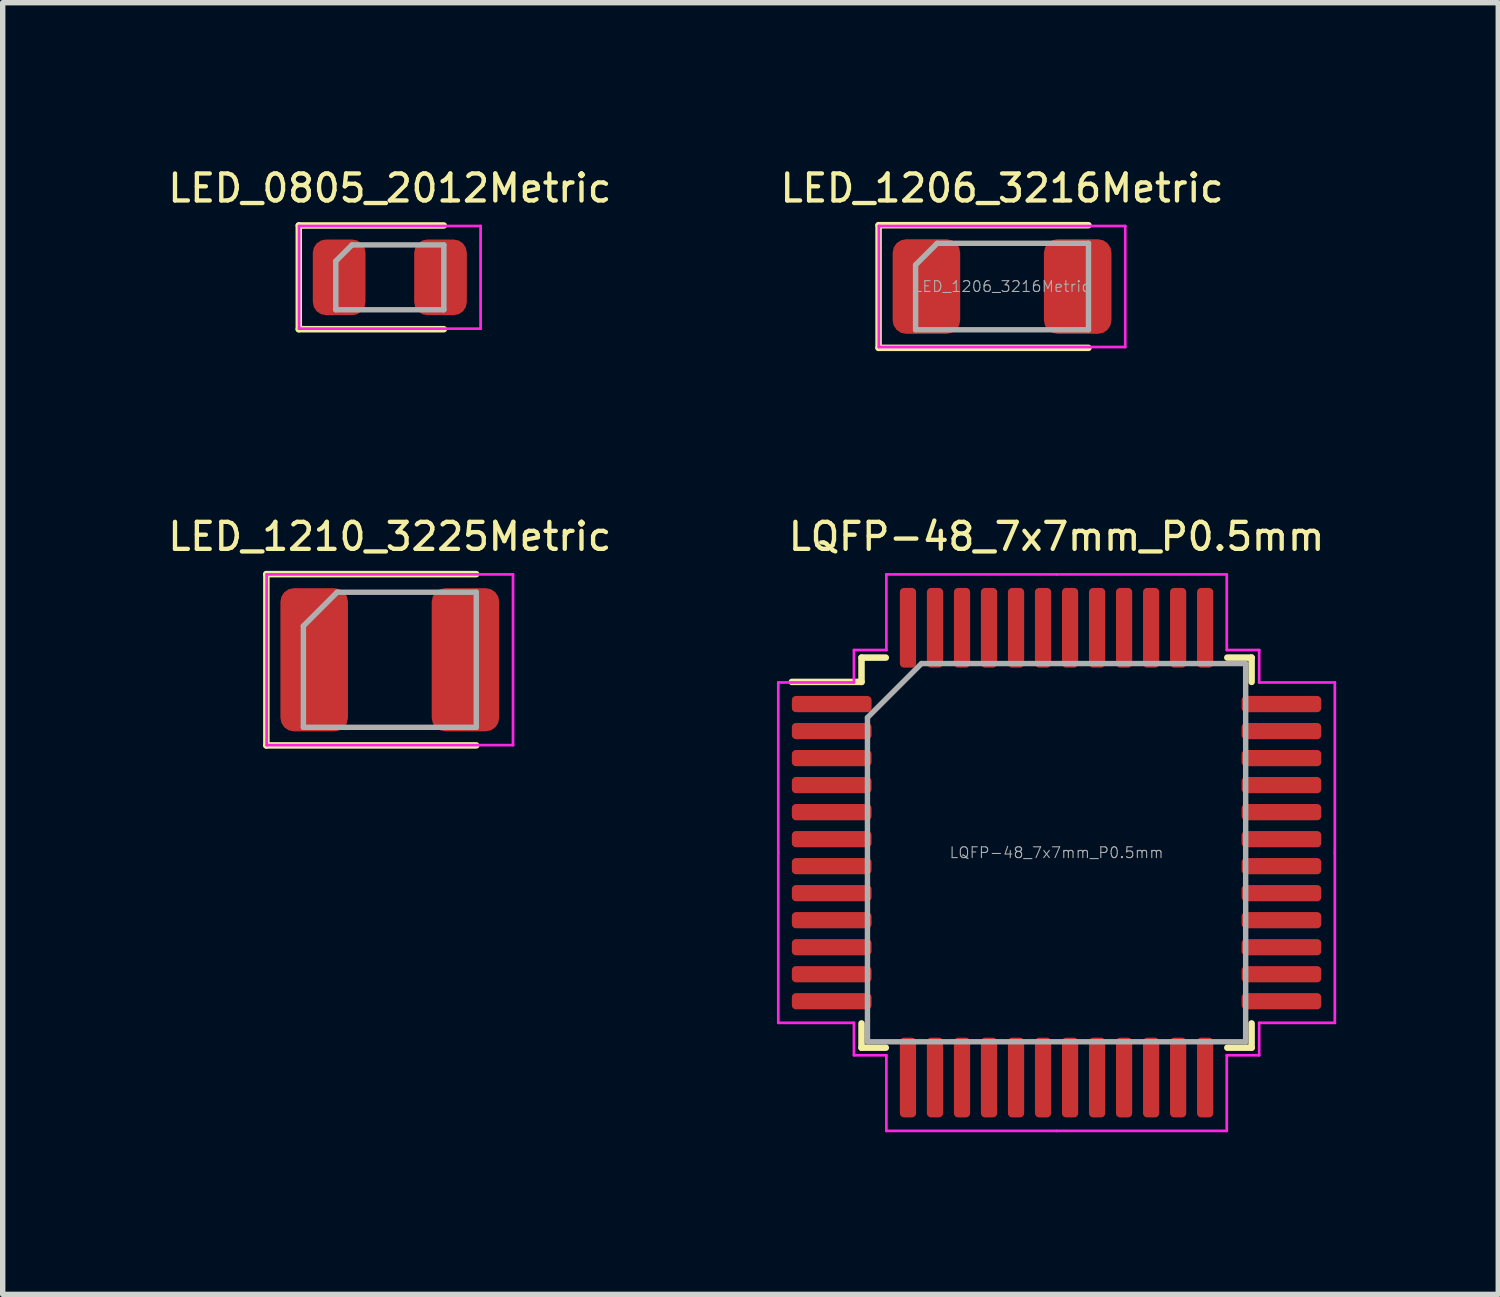
<source format=kicad_pcb>
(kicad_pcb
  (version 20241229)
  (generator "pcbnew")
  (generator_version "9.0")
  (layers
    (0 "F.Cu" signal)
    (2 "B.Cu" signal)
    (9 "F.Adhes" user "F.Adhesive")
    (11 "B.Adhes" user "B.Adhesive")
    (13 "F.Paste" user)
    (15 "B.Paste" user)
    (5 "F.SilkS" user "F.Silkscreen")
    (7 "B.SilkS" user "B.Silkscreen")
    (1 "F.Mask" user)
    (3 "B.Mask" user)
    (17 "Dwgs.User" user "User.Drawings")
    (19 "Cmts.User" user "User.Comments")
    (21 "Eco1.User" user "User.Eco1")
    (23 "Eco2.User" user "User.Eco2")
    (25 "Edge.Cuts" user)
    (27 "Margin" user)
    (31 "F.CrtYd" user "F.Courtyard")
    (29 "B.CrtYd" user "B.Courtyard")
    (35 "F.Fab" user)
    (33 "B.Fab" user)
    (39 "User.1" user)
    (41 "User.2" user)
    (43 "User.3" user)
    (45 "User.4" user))
  (footprint "LED_0805_2012Metric"
    (layer "F.Cu")
    (at 4.165 2.083)
    (property "Reference" "LED_0805_2012Metric" (at 0 -1.65 0) (layer "F.SilkS") (effects (font (size 0.5 0.5) (thickness 0.08))))
    (attr smd)
    (fp_line (start -1.685 -0.96) (end -1.685 0.96) (stroke (width 0.12) (type solid)) (layer "F.SilkS"))
    (fp_line (start -1.685 0.96) (end 1 0.96) (stroke (width 0.12) (type solid)) (layer "F.SilkS"))
    (fp_line (start 1 -0.96) (end -1.685 -0.96) (stroke (width 0.12) (type solid)) (layer "F.SilkS"))
    (fp_line (start -1.68 -0.95) (end 1.68 -0.95) (stroke (width 0.05) (type solid)) (layer "F.CrtYd"))
    (fp_line (start -1.68 0.95) (end -1.68 -0.95) (stroke (width 0.05) (type solid)) (layer "F.CrtYd"))
    (fp_line (start 1.68 -0.95) (end 1.68 0.95) (stroke (width 0.05) (type solid)) (layer "F.CrtYd"))
    (fp_line (start 1.68 0.95) (end -1.68 0.95) (stroke (width 0.05) (type solid)) (layer "F.CrtYd"))
    (fp_line (start -1 -0.3) (end -1 0.6) (stroke (width 0.1) (type solid)) (layer "F.Fab"))
    (fp_line (start -1 0.6) (end 1 0.6) (stroke (width 0.1) (type solid)) (layer "F.Fab"))
    (fp_line (start -0.7 -0.6) (end -1 -0.3) (stroke (width 0.1) (type solid)) (layer "F.Fab"))
    (fp_line (start 1 -0.6) (end -0.7 -0.6) (stroke (width 0.1) (type solid)) (layer "F.Fab"))
    (fp_line (start 1 0.6) (end 1 -0.6) (stroke (width 0.1) (type solid)) (layer "F.Fab"))
    (pad "1" smd roundrect (at -0.938 0) (size 0.975 1.4) (layers "F.Cu" "F.Mask" "F.Paste") (roundrect_rratio 0.25))
    (pad "2" smd roundrect (at 0.938 0) (size 0.975 1.4) (layers "F.Cu" "F.Mask" "F.Paste") (roundrect_rratio 0.25)))
  (footprint "LED_1206_3216Metric"
    (layer "F.Cu")
    (at 15.496 2.253)
    (property "Reference" "LED_1206_3216Metric" (at 0 -1.82 0) (layer "F.SilkS") (effects (font (size 0.5 0.5) (thickness 0.08))))
    (attr smd)
    (fp_line (start -2.285 -1.135) (end -2.285 1.135) (stroke (width 0.12) (type solid)) (layer "F.SilkS"))
    (fp_line (start -2.285 1.135) (end 1.6 1.135) (stroke (width 0.12) (type solid)) (layer "F.SilkS"))
    (fp_line (start 1.6 -1.135) (end -2.285 -1.135) (stroke (width 0.12) (type solid)) (layer "F.SilkS"))
    (fp_line (start -2.28 -1.12) (end 2.28 -1.12) (stroke (width 0.05) (type solid)) (layer "F.CrtYd"))
    (fp_line (start -2.28 1.12) (end -2.28 -1.12) (stroke (width 0.05) (type solid)) (layer "F.CrtYd"))
    (fp_line (start 2.28 -1.12) (end 2.28 1.12) (stroke (width 0.05) (type solid)) (layer "F.CrtYd"))
    (fp_line (start 2.28 1.12) (end -2.28 1.12) (stroke (width 0.05) (type solid)) (layer "F.CrtYd"))
    (fp_line (start -1.6 -0.4) (end -1.6 0.8) (stroke (width 0.1) (type solid)) (layer "F.Fab"))
    (fp_line (start -1.6 0.8) (end 1.6 0.8) (stroke (width 0.1) (type solid)) (layer "F.Fab"))
    (fp_line (start -1.2 -0.8) (end -1.6 -0.4) (stroke (width 0.1) (type solid)) (layer "F.Fab"))
    (fp_line (start 1.6 -0.8) (end -1.2 -0.8) (stroke (width 0.1) (type solid)) (layer "F.Fab"))
    (fp_line (start 1.6 0.8) (end 1.6 -0.8) (stroke (width 0.1) (type solid)) (layer "F.Fab"))
    (fp_text user "${REFERENCE}" (at 0 0 0) (layer "F.Fab") (effects (font (size 0.2 0.2) (thickness 0.02))))
    (pad "1" smd roundrect (at -1.4 0) (size 1.25 1.75) (layers "F.Cu" "F.Mask" "F.Paste") (roundrect_rratio 0.2))
    (pad "2" smd roundrect (at 1.4 0) (size 1.25 1.75) (layers "F.Cu" "F.Mask" "F.Paste") (roundrect_rratio 0.2)))
  (footprint "LED_1210_3225Metric"
    (layer "F.Cu")
    (at 4.165 9.161)
    (property "Reference" "LED_1210_3225Metric" (at 0 -2.28 0) (layer "F.SilkS") (effects (font (size 0.5 0.5) (thickness 0.08))))
    (attr smd)
    (fp_line (start -2.285 -1.585) (end -2.285 1.585) (stroke (width 0.12) (type solid)) (layer "F.SilkS"))
    (fp_line (start -2.285 1.585) (end 1.6 1.585) (stroke (width 0.12) (type solid)) (layer "F.SilkS"))
    (fp_line (start 1.6 -1.585) (end -2.285 -1.585) (stroke (width 0.12) (type solid)) (layer "F.SilkS"))
    (fp_line (start -2.28 -1.58) (end 2.28 -1.58) (stroke (width 0.05) (type solid)) (layer "F.CrtYd"))
    (fp_line (start -2.28 1.58) (end -2.28 -1.58) (stroke (width 0.05) (type solid)) (layer "F.CrtYd"))
    (fp_line (start 2.28 -1.58) (end 2.28 1.58) (stroke (width 0.05) (type solid)) (layer "F.CrtYd"))
    (fp_line (start 2.28 1.58) (end -2.28 1.58) (stroke (width 0.05) (type solid)) (layer "F.CrtYd"))
    (fp_line (start -1.6 -0.625) (end -1.6 1.25) (stroke (width 0.1) (type solid)) (layer "F.Fab"))
    (fp_line (start -1.6 1.25) (end 1.6 1.25) (stroke (width 0.1) (type solid)) (layer "F.Fab"))
    (fp_line (start -0.975 -1.25) (end -1.6 -0.625) (stroke (width 0.1) (type solid)) (layer "F.Fab"))
    (fp_line (start 1.6 -1.25) (end -0.975 -1.25) (stroke (width 0.1) (type solid)) (layer "F.Fab"))
    (fp_line (start 1.6 1.25) (end 1.6 -1.25) (stroke (width 0.1) (type solid)) (layer "F.Fab"))
    (pad "1" smd roundrect (at -1.4 0) (size 1.25 2.65) (layers "F.Cu" "F.Mask" "F.Paste") (roundrect_rratio 0.2))
    (pad "2" smd roundrect (at 1.4 0) (size 1.25 2.65) (layers "F.Cu" "F.Mask" "F.Paste") (roundrect_rratio 0.2)))
  (footprint "LQFP-48_7x7mm_P0.5mm"
    (layer "F.Cu")
    (at 16.505 12.731)
    (property "Reference" "LQFP-48_7x7mm_P0.5mm" (at 0 -5.85 0) (layer "F.SilkS") (effects (font (size 0.5 0.5) (thickness 0.08))))
    (attr smd)
    (fp_line (start -3.61 -3.61) (end -3.61 -3.16) (stroke (width 0.12) (type solid)) (layer "F.SilkS"))
    (fp_line (start -3.61 -3.16) (end -4.9 -3.16) (stroke (width 0.12) (type solid)) (layer "F.SilkS"))
    (fp_line (start -3.61 3.61) (end -3.61 3.16) (stroke (width 0.12) (type solid)) (layer "F.SilkS"))
    (fp_line (start -3.16 -3.61) (end -3.61 -3.61) (stroke (width 0.12) (type solid)) (layer "F.SilkS"))
    (fp_line (start -3.16 3.61) (end -3.61 3.61) (stroke (width 0.12) (type solid)) (layer "F.SilkS"))
    (fp_line (start 3.16 -3.61) (end 3.61 -3.61) (stroke (width 0.12) (type solid)) (layer "F.SilkS"))
    (fp_line (start 3.16 3.61) (end 3.61 3.61) (stroke (width 0.12) (type solid)) (layer "F.SilkS"))
    (fp_line (start 3.61 -3.61) (end 3.61 -3.16) (stroke (width 0.12) (type solid)) (layer "F.SilkS"))
    (fp_line (start 3.61 3.61) (end 3.61 3.16) (stroke (width 0.12) (type solid)) (layer "F.SilkS"))
    (fp_line (start -5.15 -3.15) (end -5.15 0) (stroke (width 0.05) (type solid)) (layer "F.CrtYd"))
    (fp_line (start -5.15 3.15) (end -5.15 0) (stroke (width 0.05) (type solid)) (layer "F.CrtYd"))
    (fp_line (start -3.75 -3.75) (end -3.75 -3.15) (stroke (width 0.05) (type solid)) (layer "F.CrtYd"))
    (fp_line (start -3.75 -3.15) (end -5.15 -3.15) (stroke (width 0.05) (type solid)) (layer "F.CrtYd"))
    (fp_line (start -3.75 3.15) (end -5.15 3.15) (stroke (width 0.05) (type solid)) (layer "F.CrtYd"))
    (fp_line (start -3.75 3.75) (end -3.75 3.15) (stroke (width 0.05) (type solid)) (layer "F.CrtYd"))
    (fp_line (start -3.15 -5.15) (end -3.15 -3.75) (stroke (width 0.05) (type solid)) (layer "F.CrtYd"))
    (fp_line (start -3.15 -3.75) (end -3.75 -3.75) (stroke (width 0.05) (type solid)) (layer "F.CrtYd"))
    (fp_line (start -3.15 3.75) (end -3.75 3.75) (stroke (width 0.05) (type solid)) (layer "F.CrtYd"))
    (fp_line (start -3.15 5.15) (end -3.15 3.75) (stroke (width 0.05) (type solid)) (layer "F.CrtYd"))
    (fp_line (start 0 -5.15) (end -3.15 -5.15) (stroke (width 0.05) (type solid)) (layer "F.CrtYd"))
    (fp_line (start 0 -5.15) (end 3.15 -5.15) (stroke (width 0.05) (type solid)) (layer "F.CrtYd"))
    (fp_line (start 0 5.15) (end -3.15 5.15) (stroke (width 0.05) (type solid)) (layer "F.CrtYd"))
    (fp_line (start 0 5.15) (end 3.15 5.15) (stroke (width 0.05) (type solid)) (layer "F.CrtYd"))
    (fp_line (start 3.15 -5.15) (end 3.15 -3.75) (stroke (width 0.05) (type solid)) (layer "F.CrtYd"))
    (fp_line (start 3.15 -3.75) (end 3.75 -3.75) (stroke (width 0.05) (type solid)) (layer "F.CrtYd"))
    (fp_line (start 3.15 3.75) (end 3.75 3.75) (stroke (width 0.05) (type solid)) (layer "F.CrtYd"))
    (fp_line (start 3.15 5.15) (end 3.15 3.75) (stroke (width 0.05) (type solid)) (layer "F.CrtYd"))
    (fp_line (start 3.75 -3.75) (end 3.75 -3.15) (stroke (width 0.05) (type solid)) (layer "F.CrtYd"))
    (fp_line (start 3.75 -3.15) (end 5.15 -3.15) (stroke (width 0.05) (type solid)) (layer "F.CrtYd"))
    (fp_line (start 3.75 3.15) (end 5.15 3.15) (stroke (width 0.05) (type solid)) (layer "F.CrtYd"))
    (fp_line (start 3.75 3.75) (end 3.75 3.15) (stroke (width 0.05) (type solid)) (layer "F.CrtYd"))
    (fp_line (start 5.15 -3.15) (end 5.15 0) (stroke (width 0.05) (type solid)) (layer "F.CrtYd"))
    (fp_line (start 5.15 3.15) (end 5.15 0) (stroke (width 0.05) (type solid)) (layer "F.CrtYd"))
    (fp_line (start -3.5 -2.5) (end -2.5 -3.5) (stroke (width 0.1) (type solid)) (layer "F.Fab"))
    (fp_line (start -3.5 3.5) (end -3.5 -2.5) (stroke (width 0.1) (type solid)) (layer "F.Fab"))
    (fp_line (start -2.5 -3.5) (end 3.5 -3.5) (stroke (width 0.1) (type solid)) (layer "F.Fab"))
    (fp_line (start 3.5 -3.5) (end 3.5 3.5) (stroke (width 0.1) (type solid)) (layer "F.Fab"))
    (fp_line (start 3.5 3.5) (end -3.5 3.5) (stroke (width 0.1) (type solid)) (layer "F.Fab"))
    (fp_text user "${REFERENCE}" (at 0 0 0) (layer "F.Fab") (effects (font (size 0.2 0.2) (thickness 0.02))))
    (pad "1" smd roundrect (at -4.162 -2.75) (size 1.475 0.3) (layers "F.Cu" "F.Mask" "F.Paste") (roundrect_rratio 0.25))
    (pad "2" smd roundrect (at -4.162 -2.25) (size 1.475 0.3) (layers "F.Cu" "F.Mask" "F.Paste") (roundrect_rratio 0.25))
    (pad "3" smd roundrect (at -4.162 -1.75) (size 1.475 0.3) (layers "F.Cu" "F.Mask" "F.Paste") (roundrect_rratio 0.25))
    (pad "4" smd roundrect (at -4.162 -1.25) (size 1.475 0.3) (layers "F.Cu" "F.Mask" "F.Paste") (roundrect_rratio 0.25))
    (pad "5" smd roundrect (at -4.162 -0.75) (size 1.475 0.3) (layers "F.Cu" "F.Mask" "F.Paste") (roundrect_rratio 0.25))
    (pad "6" smd roundrect (at -4.162 -0.25) (size 1.475 0.3) (layers "F.Cu" "F.Mask" "F.Paste") (roundrect_rratio 0.25))
    (pad "7" smd roundrect (at -4.162 0.25) (size 1.475 0.3) (layers "F.Cu" "F.Mask" "F.Paste") (roundrect_rratio 0.25))
    (pad "8" smd roundrect (at -4.162 0.75) (size 1.475 0.3) (layers "F.Cu" "F.Mask" "F.Paste") (roundrect_rratio 0.25))
    (pad "9" smd roundrect (at -4.162 1.25) (size 1.475 0.3) (layers "F.Cu" "F.Mask" "F.Paste") (roundrect_rratio 0.25))
    (pad "10" smd roundrect (at -4.162 1.75) (size 1.475 0.3) (layers "F.Cu" "F.Mask" "F.Paste") (roundrect_rratio 0.25))
    (pad "11" smd roundrect (at -4.162 2.25) (size 1.475 0.3) (layers "F.Cu" "F.Mask" "F.Paste") (roundrect_rratio 0.25))
    (pad "12" smd roundrect (at -4.162 2.75) (size 1.475 0.3) (layers "F.Cu" "F.Mask" "F.Paste") (roundrect_rratio 0.25))
    (pad "13" smd roundrect (at -2.75 4.162) (size 0.3 1.475) (layers "F.Cu" "F.Mask" "F.Paste") (roundrect_rratio 0.25))
    (pad "14" smd roundrect (at -2.25 4.162) (size 0.3 1.475) (layers "F.Cu" "F.Mask" "F.Paste") (roundrect_rratio 0.25))
    (pad "15" smd roundrect (at -1.75 4.162) (size 0.3 1.475) (layers "F.Cu" "F.Mask" "F.Paste") (roundrect_rratio 0.25))
    (pad "16" smd roundrect (at -1.25 4.162) (size 0.3 1.475) (layers "F.Cu" "F.Mask" "F.Paste") (roundrect_rratio 0.25))
    (pad "17" smd roundrect (at -0.75 4.162) (size 0.3 1.475) (layers "F.Cu" "F.Mask" "F.Paste") (roundrect_rratio 0.25))
    (pad "18" smd roundrect (at -0.25 4.162) (size 0.3 1.475) (layers "F.Cu" "F.Mask" "F.Paste") (roundrect_rratio 0.25))
    (pad "19" smd roundrect (at 0.25 4.162) (size 0.3 1.475) (layers "F.Cu" "F.Mask" "F.Paste") (roundrect_rratio 0.25))
    (pad "20" smd roundrect (at 0.75 4.162) (size 0.3 1.475) (layers "F.Cu" "F.Mask" "F.Paste") (roundrect_rratio 0.25))
    (pad "21" smd roundrect (at 1.25 4.162) (size 0.3 1.475) (layers "F.Cu" "F.Mask" "F.Paste") (roundrect_rratio 0.25))
    (pad "22" smd roundrect (at 1.75 4.162) (size 0.3 1.475) (layers "F.Cu" "F.Mask" "F.Paste") (roundrect_rratio 0.25))
    (pad "23" smd roundrect (at 2.25 4.162) (size 0.3 1.475) (layers "F.Cu" "F.Mask" "F.Paste") (roundrect_rratio 0.25))
    (pad "24" smd roundrect (at 2.75 4.162) (size 0.3 1.475) (layers "F.Cu" "F.Mask" "F.Paste") (roundrect_rratio 0.25))
    (pad "25" smd roundrect (at 4.162 2.75) (size 1.475 0.3) (layers "F.Cu" "F.Mask" "F.Paste") (roundrect_rratio 0.25))
    (pad "26" smd roundrect (at 4.162 2.25) (size 1.475 0.3) (layers "F.Cu" "F.Mask" "F.Paste") (roundrect_rratio 0.25))
    (pad "27" smd roundrect (at 4.162 1.75) (size 1.475 0.3) (layers "F.Cu" "F.Mask" "F.Paste") (roundrect_rratio 0.25))
    (pad "28" smd roundrect (at 4.162 1.25) (size 1.475 0.3) (layers "F.Cu" "F.Mask" "F.Paste") (roundrect_rratio 0.25))
    (pad "29" smd roundrect (at 4.162 0.75) (size 1.475 0.3) (layers "F.Cu" "F.Mask" "F.Paste") (roundrect_rratio 0.25))
    (pad "30" smd roundrect (at 4.162 0.25) (size 1.475 0.3) (layers "F.Cu" "F.Mask" "F.Paste") (roundrect_rratio 0.25))
    (pad "31" smd roundrect (at 4.162 -0.25) (size 1.475 0.3) (layers "F.Cu" "F.Mask" "F.Paste") (roundrect_rratio 0.25))
    (pad "32" smd roundrect (at 4.162 -0.75) (size 1.475 0.3) (layers "F.Cu" "F.Mask" "F.Paste") (roundrect_rratio 0.25))
    (pad "33" smd roundrect (at 4.162 -1.25) (size 1.475 0.3) (layers "F.Cu" "F.Mask" "F.Paste") (roundrect_rratio 0.25))
    (pad "34" smd roundrect (at 4.162 -1.75) (size 1.475 0.3) (layers "F.Cu" "F.Mask" "F.Paste") (roundrect_rratio 0.25))
    (pad "35" smd roundrect (at 4.162 -2.25) (size 1.475 0.3) (layers "F.Cu" "F.Mask" "F.Paste") (roundrect_rratio 0.25))
    (pad "36" smd roundrect (at 4.162 -2.75) (size 1.475 0.3) (layers "F.Cu" "F.Mask" "F.Paste") (roundrect_rratio 0.25))
    (pad "37" smd roundrect (at 2.75 -4.162) (size 0.3 1.475) (layers "F.Cu" "F.Mask" "F.Paste") (roundrect_rratio 0.25))
    (pad "38" smd roundrect (at 2.25 -4.162) (size 0.3 1.475) (layers "F.Cu" "F.Mask" "F.Paste") (roundrect_rratio 0.25))
    (pad "39" smd roundrect (at 1.75 -4.162) (size 0.3 1.475) (layers "F.Cu" "F.Mask" "F.Paste") (roundrect_rratio 0.25))
    (pad "40" smd roundrect (at 1.25 -4.162) (size 0.3 1.475) (layers "F.Cu" "F.Mask" "F.Paste") (roundrect_rratio 0.25))
    (pad "41" smd roundrect (at 0.75 -4.162) (size 0.3 1.475) (layers "F.Cu" "F.Mask" "F.Paste") (roundrect_rratio 0.25))
    (pad "42" smd roundrect (at 0.25 -4.162) (size 0.3 1.475) (layers "F.Cu" "F.Mask" "F.Paste") (roundrect_rratio 0.25))
    (pad "43" smd roundrect (at -0.25 -4.162) (size 0.3 1.475) (layers "F.Cu" "F.Mask" "F.Paste") (roundrect_rratio 0.25))
    (pad "44" smd roundrect (at -0.75 -4.162) (size 0.3 1.475) (layers "F.Cu" "F.Mask" "F.Paste") (roundrect_rratio 0.25))
    (pad "45" smd roundrect (at -1.25 -4.162) (size 0.3 1.475) (layers "F.Cu" "F.Mask" "F.Paste") (roundrect_rratio 0.25))
    (pad "46" smd roundrect (at -1.75 -4.162) (size 0.3 1.475) (layers "F.Cu" "F.Mask" "F.Paste") (roundrect_rratio 0.25))
    (pad "47" smd roundrect (at -2.25 -4.162) (size 0.3 1.475) (layers "F.Cu" "F.Mask" "F.Paste") (roundrect_rratio 0.25))
    (pad "48" smd roundrect (at -2.75 -4.162) (size 0.3 1.475) (layers "F.Cu" "F.Mask" "F.Paste") (roundrect_rratio 0.25)))
  (gr_rect
    (start -3 -3)
    (end 24.68 20.906)
    (stroke (width 0.1) (type default))
    (fill no)
    (layer "Edge.Cuts")))
</source>
